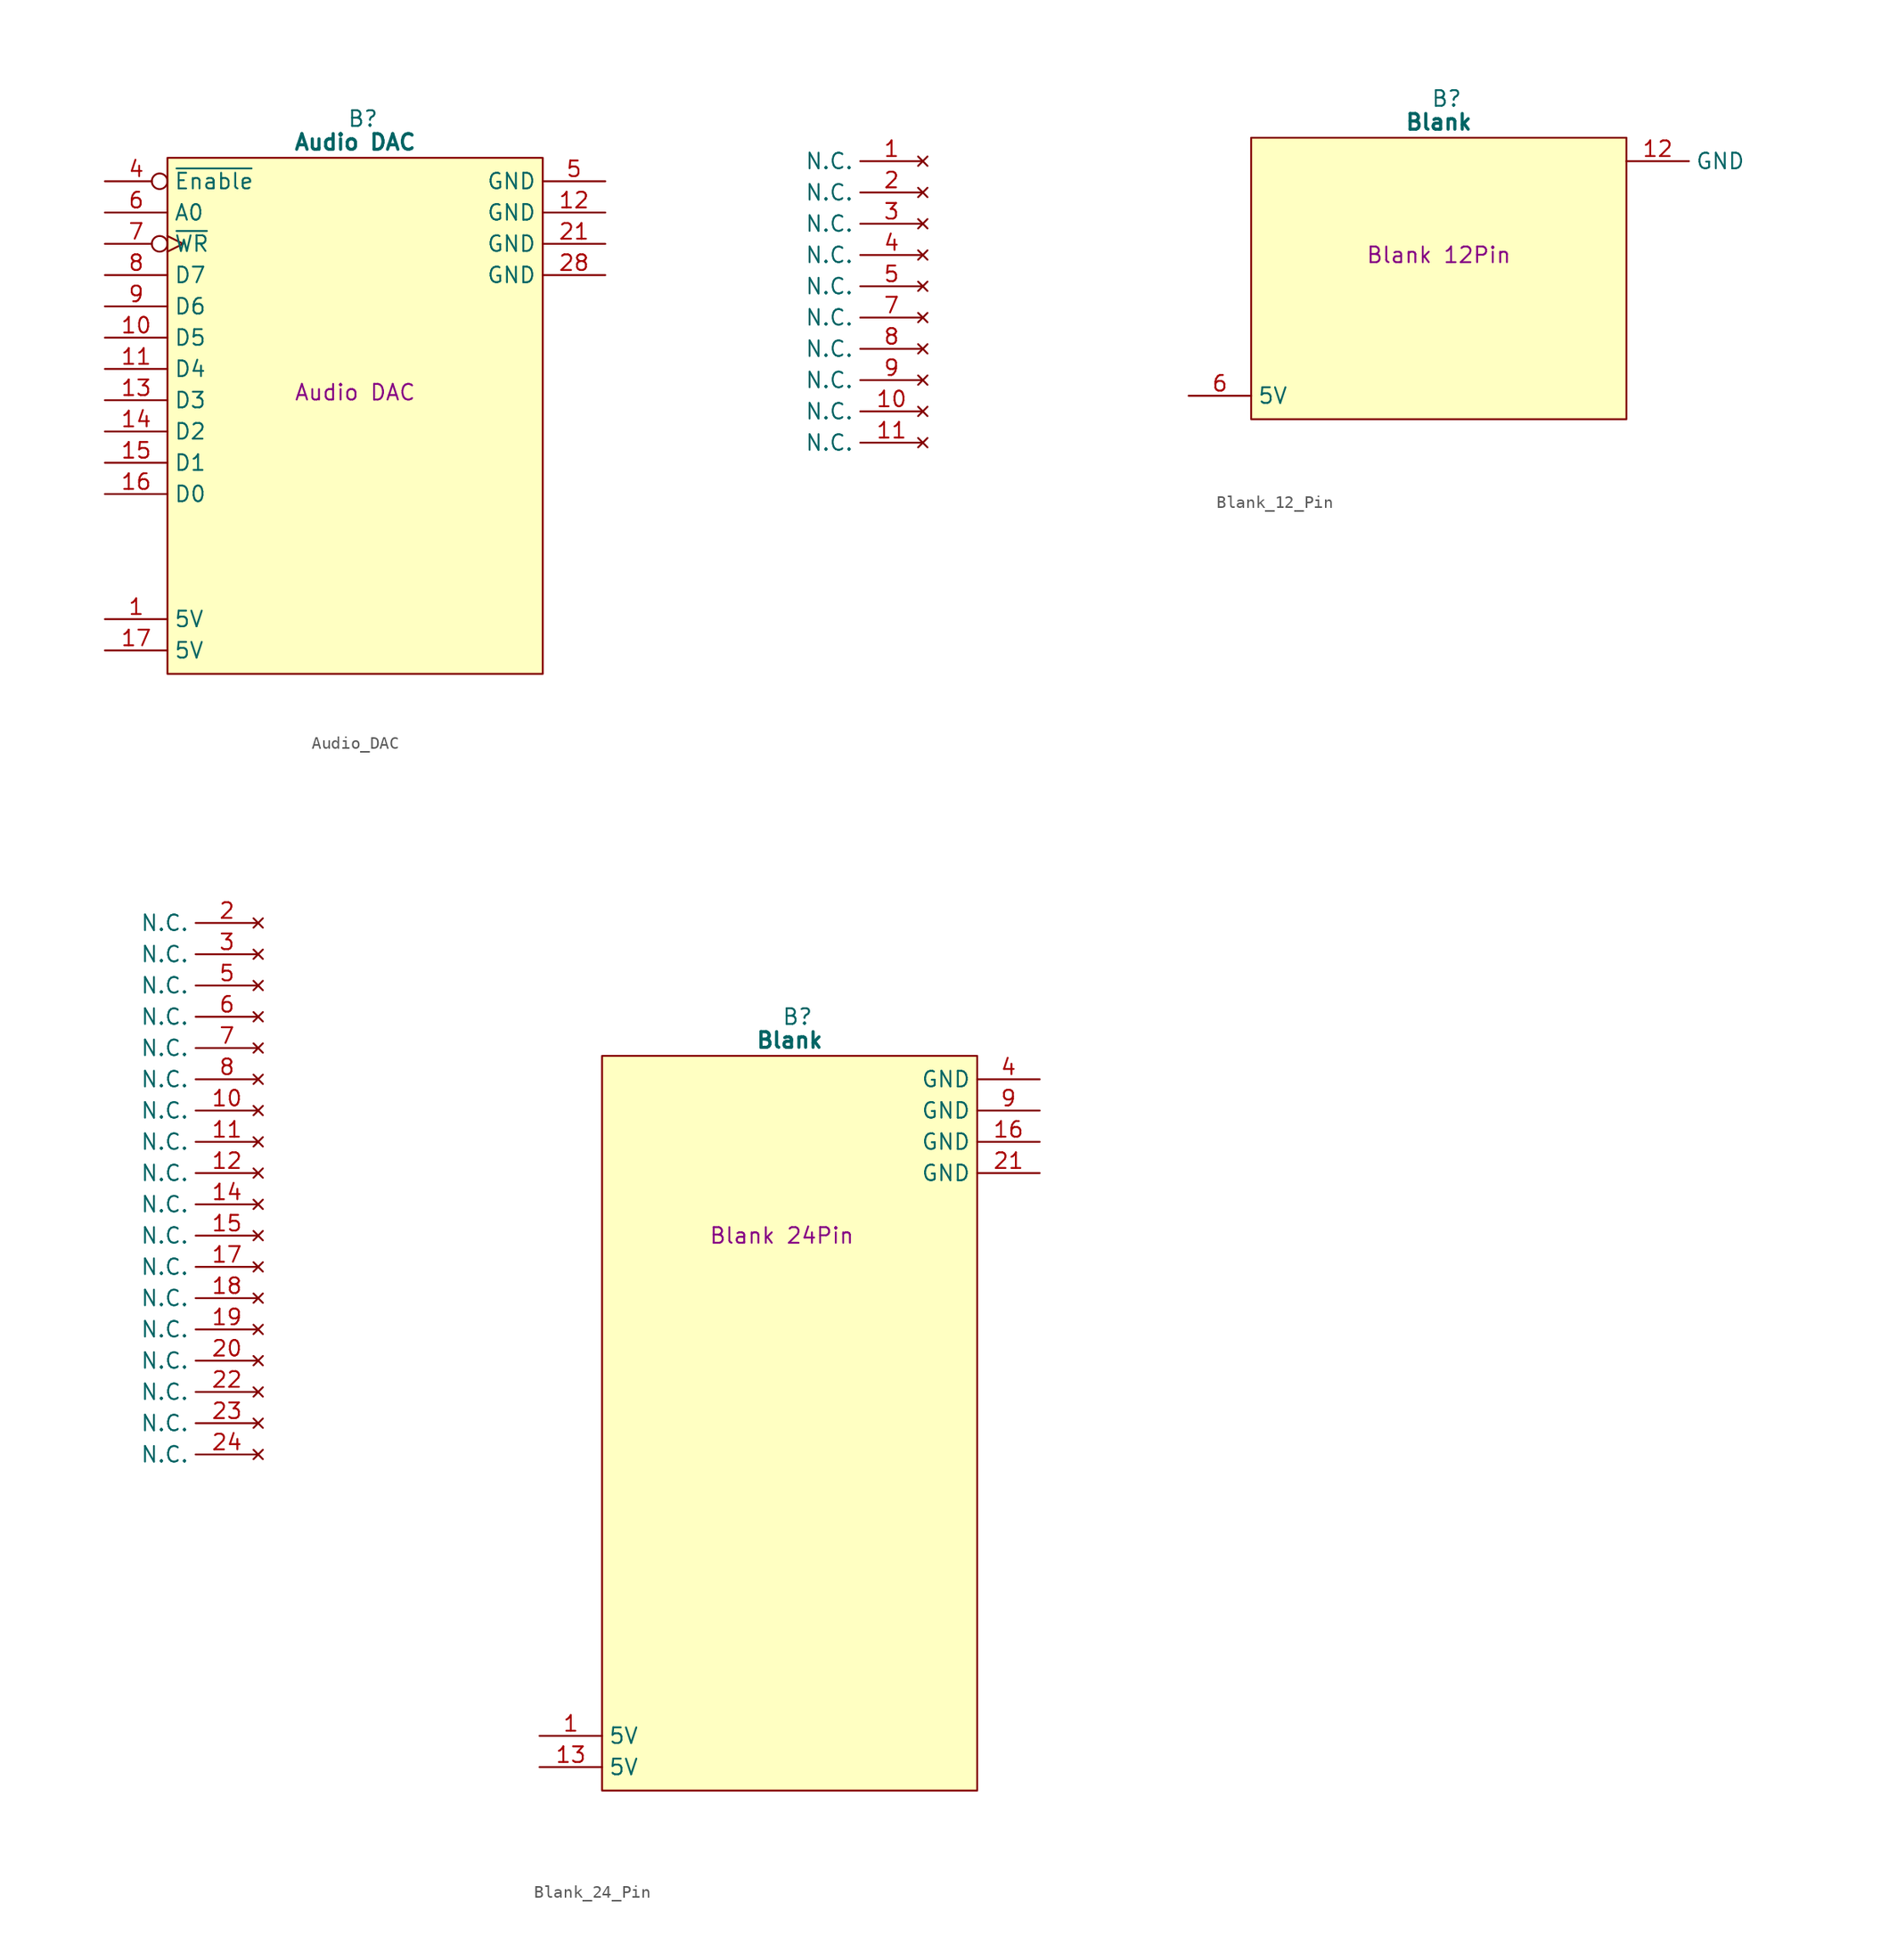
<source format=kicad_sym>
(kicad_symbol_lib
  (version 20241209)
  (generator "kicad_symbol_editor")
  (generator_version "9.0")
  (symbol "Audio_DAC"
    (property "Reference" "B"
      (at 15.875 5.08 0)
      (effects (font (size 1.27 1.27))))
    (property "Value" "Audio DAC"
      (at 15.24 3.175 0)
      (effects (font (size 1.27 1.27) (bold yes))))
    (property "Description" "Audio DAC"
      (at 15.24 -17.145 0)
      (effects (font (size 1.27 1.27))))
    (symbol "Audio_DAC_0_1"
      (polyline (pts (xy 0 1.905) (xy 30.48 1.905) (xy 30.48 -40.005) (xy 0 -40.005) (xy 0 1.905)) (stroke (width 0.152) (type default)) (fill (type background))))
    (symbol "Audio_DAC_1_1"
      (pin input inverted (at -5.08 0 0) (length 5.08) (name "~{Enable}" (effects (font (size 1.27 1.27)))) (number "4" (effects (font (size 1.27 1.27)))))
      (pin input line (at -5.08 -2.54 0) (length 5.08) (name "A0" (effects (font (size 1.27 1.27)))) (number "6" (effects (font (size 1.27 1.27)))))
      (pin input inverted_clock (at -5.08 -5.08 0) (length 5.08) (name "~{WR}" (effects (font (size 1.27 1.27)))) (number "7" (effects (font (size 1.27 1.27)))))
      (pin input line (at -5.08 -7.62 0) (length 5.08) (name "D7" (effects (font (size 1.27 1.27)))) (number "8" (effects (font (size 1.27 1.27)))))
      (pin input line (at -5.08 -10.16 0) (length 5.08) (name "D6" (effects (font (size 1.27 1.27)))) (number "9" (effects (font (size 1.27 1.27)))))
      (pin input line (at -5.08 -12.7 0) (length 5.08) (name "D5" (effects (font (size 1.27 1.27)))) (number "10" (effects (font (size 1.27 1.27)))))
      (pin input line (at -5.08 -15.24 0) (length 5.08) (name "D4" (effects (font (size 1.27 1.27)))) (number "11" (effects (font (size 1.27 1.27)))))
      (pin input line (at -5.08 -17.78 0) (length 5.08) (name "D3" (effects (font (size 1.27 1.27)))) (number "13" (effects (font (size 1.27 1.27)))))
      (pin input line (at -5.08 -20.32 0) (length 5.08) (name "D2" (effects (font (size 1.27 1.27)))) (number "14" (effects (font (size 1.27 1.27)))))
      (pin input line (at -5.08 -22.86 0) (length 5.08) (name "D1" (effects (font (size 1.27 1.27)))) (number "15" (effects (font (size 1.27 1.27)))))
      (pin input line (at -5.08 -25.4 0) (length 5.08) (name "D0" (effects (font (size 1.27 1.27)))) (number "16" (effects (font (size 1.27 1.27)))))
      (pin no_connect line (at -5.08 -27.94 0) (length 5.08) (hide yes) (name "N.C." (effects (font (size 1.27 1.27)))) (number "2" (effects (font (size 1.27 1.27)))))
      (pin no_connect line (at -5.08 -30.48 0) (length 5.08) (hide yes) (name "N.C." (effects (font (size 1.27 1.27)))) (number "3" (effects (font (size 1.27 1.27)))))
      (pin no_connect line (at -5.08 -33.02 0) (length 5.08) (hide yes) (name "N.C." (effects (font (size 1.27 1.27)))) (number "18" (effects (font (size 1.27 1.27)))))
      (pin passive line (at -5.08 -35.56 0) (length 5.08) (name "5V" (effects (font (size 1.27 1.27)))) (number "1" (effects (font (size 1.27 1.27)))))
      (pin passive line (at -5.08 -38.1 0) (length 5.08) (name "5V" (effects (font (size 1.27 1.27)))) (number "17" (effects (font (size 1.27 1.27)))))
      (pin passive line (at 35.56 0 180) (length 5.08) (name "GND" (effects (font (size 1.27 1.27)))) (number "5" (effects (font (size 1.27 1.27)))))
      (pin passive line (at 35.56 -2.54 180) (length 5.08) (name "GND" (effects (font (size 1.27 1.27)))) (number "12" (effects (font (size 1.27 1.27)))))
      (pin passive line (at 35.56 -5.08 180) (length 5.08) (name "GND" (effects (font (size 1.27 1.27)))) (number "21" (effects (font (size 1.27 1.27)))))
      (pin passive line (at 35.56 -7.62 180) (length 5.08) (name "GND" (effects (font (size 1.27 1.27)))) (number "28" (effects (font (size 1.27 1.27)))))
      (pin no_connect line (at 35.56 -10.16 180) (length 5.08) (hide yes) (name "N.C." (effects (font (size 1.27 1.27)))) (number "19" (effects (font (size 1.27 1.27)))))
      (pin no_connect line (at 35.56 -12.7 180) (length 5.08) (hide yes) (name "N.C." (effects (font (size 1.27 1.27)))) (number "20" (effects (font (size 1.27 1.27)))))
      (pin no_connect line (at 35.56 -15.24 180) (length 5.08) (hide yes) (name "N.C." (effects (font (size 1.27 1.27)))) (number "22" (effects (font (size 1.27 1.27)))))
      (pin no_connect line (at 35.56 -17.78 180) (length 5.08) (hide yes) (name "N.C." (effects (font (size 1.27 1.27)))) (number "23" (effects (font (size 1.27 1.27)))))
      (pin no_connect line (at 35.56 -20.32 180) (length 5.08) (hide yes) (name "N.C." (effects (font (size 1.27 1.27)))) (number "24" (effects (font (size 1.27 1.27)))))
      (pin no_connect line (at 35.56 -22.86 180) (length 5.08) (hide yes) (name "N.C." (effects (font (size 1.27 1.27)))) (number "25" (effects (font (size 1.27 1.27)))))
      (pin no_connect line (at 35.56 -25.4 180) (length 5.08) (hide yes) (name "N.C." (effects (font (size 1.27 1.27)))) (number "26" (effects (font (size 1.27 1.27)))))
      (pin no_connect line (at 35.56 -27.94 180) (length 5.08) (hide yes) (name "N.C." (effects (font (size 1.27 1.27)))) (number "27" (effects (font (size 1.27 1.27)))))
      (pin no_connect line (at 35.56 -30.48 180) (length 5.08) (hide yes) (name "N.C." (effects (font (size 1.27 1.27)))) (number "29" (effects (font (size 1.27 1.27)))))
      (pin no_connect line (at 35.56 -33.02 180) (length 5.08) (hide yes) (name "N.C." (effects (font (size 1.27 1.27)))) (number "30" (effects (font (size 1.27 1.27)))))
      (pin no_connect line (at 35.56 -35.56 180) (length 5.08) (hide yes) (name "N.C." (effects (font (size 1.27 1.27)))) (number "31" (effects (font (size 1.27 1.27)))))
      (pin no_connect line (at 35.56 -38.1 180) (length 5.08) (hide yes) (name "N.C." (effects (font (size 1.27 1.27)))) (number "32" (effects (font (size 1.27 1.27)))))))
  (symbol "Blank_12_Pin"
    (property "Reference" "B"
      (at 15.875 5.08 0)
      (effects (font (size 1.27 1.27))))
    (property "Value" "Blank"
      (at 15.24 3.175 0)
      (effects (font (size 1.27 1.27) (bold yes))))
    (property "Description" "Blank 12Pin"
      (at 15.24 -7.62 0)
      (effects (font (size 1.27 1.27))))
    (symbol "Blank_12_Pin_0_1"
      (polyline (pts (xy 0 1.905) (xy 30.48 1.905) (xy 30.48 -20.955) (xy 0 -20.955) (xy 0 1.905)) (stroke (width 0.152) (type default)) (fill (type background))))
    (symbol "Blank_12_Pin_1_1"
      (pin no_connect line (at -26.67 0 180) (length 5.08) (name "N.C." (effects (font (size 1.27 1.27)))) (number "1" (effects (font (size 1.27 1.27)))))
      (pin no_connect line (at -26.67 -2.54 180) (length 5.08) (name "N.C." (effects (font (size 1.27 1.27)))) (number "2" (effects (font (size 1.27 1.27)))))
      (pin no_connect line (at -26.67 -5.08 180) (length 5.08) (name "N.C." (effects (font (size 1.27 1.27)))) (number "3" (effects (font (size 1.27 1.27)))))
      (pin no_connect line (at -26.67 -7.62 180) (length 5.08) (name "N.C." (effects (font (size 1.27 1.27)))) (number "4" (effects (font (size 1.27 1.27)))))
      (pin no_connect line (at -26.67 -10.16 180) (length 5.08) (name "N.C." (effects (font (size 1.27 1.27)))) (number "5" (effects (font (size 1.27 1.27)))))
      (pin no_connect line (at -26.67 -12.7 180) (length 5.08) (name "N.C." (effects (font (size 1.27 1.27)))) (number "7" (effects (font (size 1.27 1.27)))))
      (pin no_connect line (at -26.67 -15.24 180) (length 5.08) (name "N.C." (effects (font (size 1.27 1.27)))) (number "8" (effects (font (size 1.27 1.27)))))
      (pin no_connect line (at -26.67 -17.78 180) (length 5.08) (name "N.C." (effects (font (size 1.27 1.27)))) (number "9" (effects (font (size 1.27 1.27)))))
      (pin no_connect line (at -26.67 -20.32 180) (length 5.08) (name "N.C." (effects (font (size 1.27 1.27)))) (number "10" (effects (font (size 1.27 1.27)))))
      (pin no_connect line (at -26.67 -22.86 180) (length 5.08) (name "N.C." (effects (font (size 1.27 1.27)))) (number "11" (effects (font (size 1.27 1.27)))))
      (pin passive line (at -5.08 -19.05 0) (length 5.08) (name "5V" (effects (font (size 1.27 1.27)))) (number "6" (effects (font (size 1.27 1.27)))))
      (pin passive line (at 30.48 0 0) (length 5.08) (name "GND" (effects (font (size 1.27 1.27)))) (number "12" (effects (font (size 1.27 1.27)))))))
  (symbol "Blank_24_Pin"
    (property "Reference" "B"
      (at 15.875 5.08 0)
      (effects (font (size 1.27 1.27))))
    (property "Value" "Blank"
      (at 15.24 3.175 0)
      (effects (font (size 1.27 1.27) (bold yes))))
    (property "Description" "Blank 24Pin"
      (at 14.605 -12.7 0)
      (effects (font (size 1.27 1.27))))
    (symbol "Blank_24_Pin_0_1"
      (polyline (pts (xy 0 1.905) (xy 30.48 1.905) (xy 30.48 -57.785) (xy 0 -57.785) (xy 0 1.905)) (stroke (width 0.152) (type default)) (fill (type background))))
    (symbol "Blank_24_Pin_1_1"
      (pin no_connect line (at -27.94 12.7 180) (length 5.08) (name "N.C." (effects (font (size 1.27 1.27)))) (number "2" (effects (font (size 1.27 1.27)))))
      (pin no_connect line (at -27.94 10.16 180) (length 5.08) (name "N.C." (effects (font (size 1.27 1.27)))) (number "3" (effects (font (size 1.27 1.27)))))
      (pin no_connect line (at -27.94 7.62 180) (length 5.08) (name "N.C." (effects (font (size 1.27 1.27)))) (number "5" (effects (font (size 1.27 1.27)))))
      (pin no_connect line (at -27.94 5.08 180) (length 5.08) (name "N.C." (effects (font (size 1.27 1.27)))) (number "6" (effects (font (size 1.27 1.27)))))
      (pin no_connect line (at -27.94 2.54 180) (length 5.08) (name "N.C." (effects (font (size 1.27 1.27)))) (number "7" (effects (font (size 1.27 1.27)))))
      (pin no_connect line (at -27.94 0 180) (length 5.08) (name "N.C." (effects (font (size 1.27 1.27)))) (number "8" (effects (font (size 1.27 1.27)))))
      (pin no_connect line (at -27.94 -2.54 180) (length 5.08) (name "N.C." (effects (font (size 1.27 1.27)))) (number "10" (effects (font (size 1.27 1.27)))))
      (pin no_connect line (at -27.94 -5.08 180) (length 5.08) (name "N.C." (effects (font (size 1.27 1.27)))) (number "11" (effects (font (size 1.27 1.27)))))
      (pin no_connect line (at -27.94 -7.62 180) (length 5.08) (name "N.C." (effects (font (size 1.27 1.27)))) (number "12" (effects (font (size 1.27 1.27)))))
      (pin no_connect line (at -27.94 -10.16 180) (length 5.08) (name "N.C." (effects (font (size 1.27 1.27)))) (number "14" (effects (font (size 1.27 1.27)))))
      (pin no_connect line (at -27.94 -12.7 180) (length 5.08) (name "N.C." (effects (font (size 1.27 1.27)))) (number "15" (effects (font (size 1.27 1.27)))))
      (pin no_connect line (at -27.94 -15.24 180) (length 5.08) (name "N.C." (effects (font (size 1.27 1.27)))) (number "17" (effects (font (size 1.27 1.27)))))
      (pin no_connect line (at -27.94 -17.78 180) (length 5.08) (name "N.C." (effects (font (size 1.27 1.27)))) (number "18" (effects (font (size 1.27 1.27)))))
      (pin no_connect line (at -27.94 -20.32 180) (length 5.08) (name "N.C." (effects (font (size 1.27 1.27)))) (number "19" (effects (font (size 1.27 1.27)))))
      (pin no_connect line (at -27.94 -22.86 180) (length 5.08) (name "N.C." (effects (font (size 1.27 1.27)))) (number "20" (effects (font (size 1.27 1.27)))))
      (pin no_connect line (at -27.94 -25.4 180) (length 5.08) (name "N.C." (effects (font (size 1.27 1.27)))) (number "22" (effects (font (size 1.27 1.27)))))
      (pin no_connect line (at -27.94 -27.94 180) (length 5.08) (name "N.C." (effects (font (size 1.27 1.27)))) (number "23" (effects (font (size 1.27 1.27)))))
      (pin no_connect line (at -27.94 -30.48 180) (length 5.08) (name "N.C." (effects (font (size 1.27 1.27)))) (number "24" (effects (font (size 1.27 1.27)))))
      (pin passive line (at -5.08 -53.34 0) (length 5.08) (name "5V" (effects (font (size 1.27 1.27)))) (number "1" (effects (font (size 1.27 1.27)))))
      (pin passive line (at -5.08 -55.88 0) (length 5.08) (name "5V" (effects (font (size 1.27 1.27)))) (number "13" (effects (font (size 1.27 1.27)))))
      (pin passive line (at 35.56 0 180) (length 5.08) (name "GND" (effects (font (size 1.27 1.27)))) (number "4" (effects (font (size 1.27 1.27)))))
      (pin passive line (at 35.56 -2.54 180) (length 5.08) (name "GND" (effects (font (size 1.27 1.27)))) (number "9" (effects (font (size 1.27 1.27)))))
      (pin passive line (at 35.56 -5.08 180) (length 5.08) (name "GND" (effects (font (size 1.27 1.27)))) (number "16" (effects (font (size 1.27 1.27)))))
      (pin passive line (at 35.56 -7.62 180) (length 5.08) (name "GND" (effects (font (size 1.27 1.27)))) (number "21" (effects (font (size 1.27 1.27))))))))
</source>
